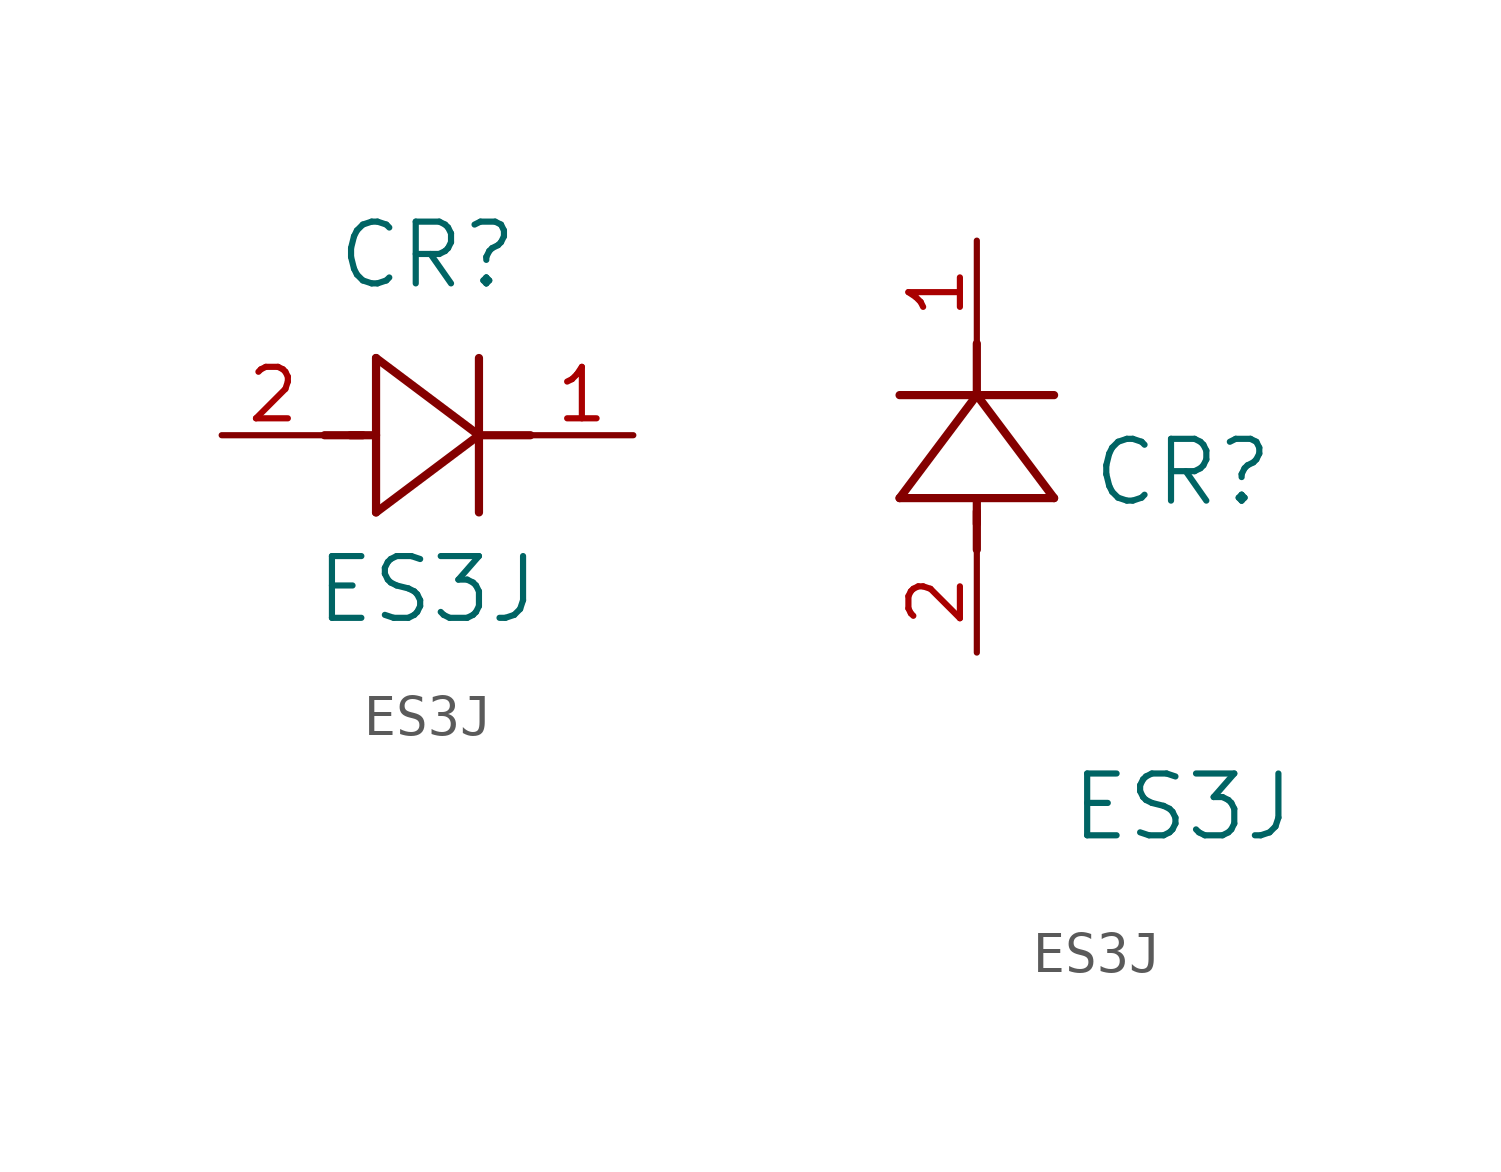
<source format=kicad_sym>
(kicad_symbol_lib
  (version 20211014)
  (generator kicad_symbol_editor)
  (symbol "ES3J"
    (pin_names
      (offset 0.254))
    (property "Reference" "CR"
      (at 5.08 4.445 0)
      (effects (font (size 1.524 1.524))))
    (property "Value" "ES3J"
      (at 5.08 -3.81 0)
      (effects (font (size 1.524 1.524))))
    (symbol "ES3J_1_1"
      (polyline (pts (xy 2.54 0) (xy 3.48 0)) (stroke (width 0.203) (type default) (color 0 0 0 0)) (fill (type none)))
      (polyline (pts (xy 3.81 1.905) (xy 3.81 -1.905)) (stroke (width 0.203) (type default) (color 0 0 0 0)) (fill (type none)))
      (polyline (pts (xy 3.175 0) (xy 3.81 0)) (stroke (width 0.203) (type default) (color 0 0 0 0)) (fill (type none)))
      (polyline (pts (xy 6.35 -1.905) (xy 6.35 1.905)) (stroke (width 0.203) (type default) (color 0 0 0 0)) (fill (type none)))
      (polyline (pts (xy 6.35 0) (xy 7.62 0)) (stroke (width 0.203) (type default) (color 0 0 0 0)) (fill (type none)))
      (polyline (pts (xy 6.35 0) (xy 3.81 1.905)) (stroke (width 0.203) (type default) (color 0 0 0 0)) (fill (type none)))
      (polyline (pts (xy 3.81 -1.905) (xy 6.35 0)) (stroke (width 0.203) (type default) (color 0 0 0 0)) (fill (type none)))
      (pin unspecified line (at 0 0 0) (length 2.54) (name "" (effects (font (size 1.27 1.27)))) (number "2" (effects (font (size 1.27 1.27)))))
      (pin unspecified line (at 10.16 0 180) (length 2.54) (name "" (effects (font (size 1.27 1.27)))) (number "1" (effects (font (size 1.27 1.27))))))
    (symbol "ES3J_1_2"
      (polyline (pts (xy 0 2.54) (xy 0 3.48)) (stroke (width 0.203) (type default) (color 0 0 0 0)) (fill (type none)))
      (polyline (pts (xy -1.905 3.81) (xy 1.905 3.81)) (stroke (width 0.203) (type default) (color 0 0 0 0)) (fill (type none)))
      (polyline (pts (xy 0 3.175) (xy 0 3.81)) (stroke (width 0.203) (type default) (color 0 0 0 0)) (fill (type none)))
      (polyline (pts (xy 1.905 6.35) (xy -1.905 6.35)) (stroke (width 0.203) (type default) (color 0 0 0 0)) (fill (type none)))
      (polyline (pts (xy 0 6.35) (xy 0 7.62)) (stroke (width 0.203) (type default) (color 0 0 0 0)) (fill (type none)))
      (polyline (pts (xy 0 6.35) (xy -1.905 3.81)) (stroke (width 0.203) (type default) (color 0 0 0 0)) (fill (type none)))
      (polyline (pts (xy 1.905 3.81) (xy 0 6.35)) (stroke (width 0.203) (type default) (color 0 0 0 0)) (fill (type none)))
      (pin unspecified line (at 0 0 90) (length 2.54) (name "" (effects (font (size 1.27 1.27)))) (number "2" (effects (font (size 1.27 1.27)))))
      (pin unspecified line (at 0 10.16 270) (length 2.54) (name "" (effects (font (size 1.27 1.27)))) (number "1" (effects (font (size 1.27 1.27))))))))
</source>
